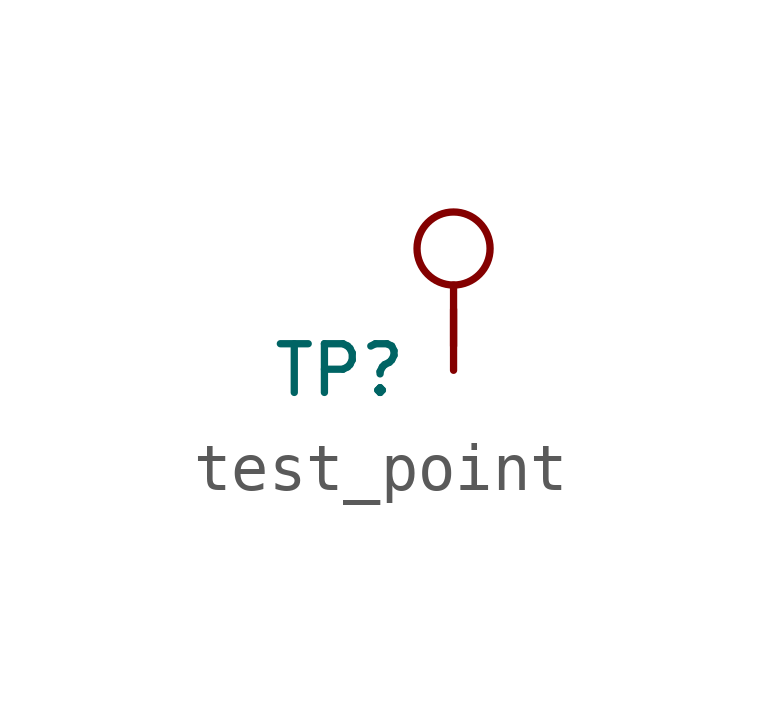
<source format=kicad_sym>
(kicad_symbol_lib
  (version 20241209)
  (generator "kicad_symbol_editor")
  (generator_version "9.0")
  (symbol "test_point"
    (pin_numbers
      (hide yes))
    (pin_names
      (offset 0.762)
      (hide yes))
    (property "Reference" "TP"
      (at -3.81 0 0)
      (effects (font (size 1.016 1.016)) (justify left)))
    (symbol "test_point_0_1"
      (circle (center 0 2.54) (radius 0.762) (stroke (width 0) (type default)) (fill (type none)))
      (polyline (pts (xy 0 1.778) (xy 0 0.508)) (stroke (width 0) (type default)) (fill (type none))))
    (symbol "test_point_1_1"
      (pin passive line (at 0 0 90) (length 1.27) (name "1" (effects (font (size 1.016 1.016)))) (number "1" (effects (font (size 1.016 1.016))))))))
</source>
